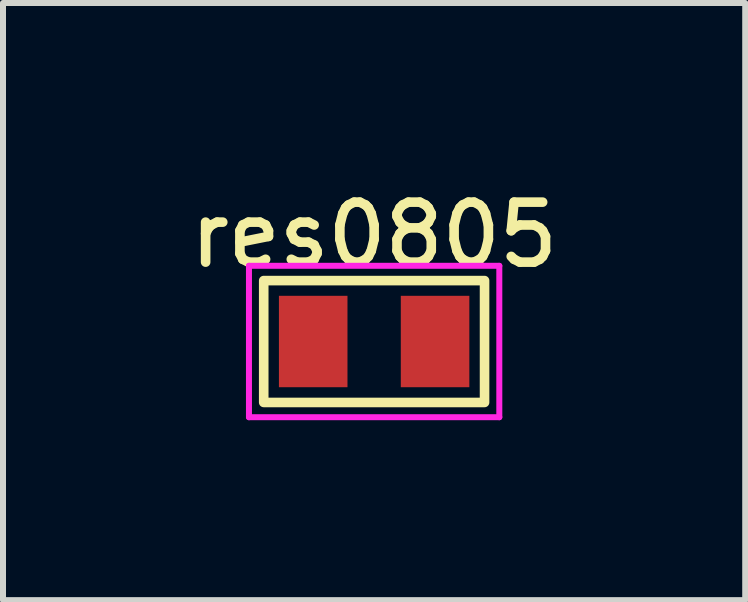
<source format=kicad_pcb>
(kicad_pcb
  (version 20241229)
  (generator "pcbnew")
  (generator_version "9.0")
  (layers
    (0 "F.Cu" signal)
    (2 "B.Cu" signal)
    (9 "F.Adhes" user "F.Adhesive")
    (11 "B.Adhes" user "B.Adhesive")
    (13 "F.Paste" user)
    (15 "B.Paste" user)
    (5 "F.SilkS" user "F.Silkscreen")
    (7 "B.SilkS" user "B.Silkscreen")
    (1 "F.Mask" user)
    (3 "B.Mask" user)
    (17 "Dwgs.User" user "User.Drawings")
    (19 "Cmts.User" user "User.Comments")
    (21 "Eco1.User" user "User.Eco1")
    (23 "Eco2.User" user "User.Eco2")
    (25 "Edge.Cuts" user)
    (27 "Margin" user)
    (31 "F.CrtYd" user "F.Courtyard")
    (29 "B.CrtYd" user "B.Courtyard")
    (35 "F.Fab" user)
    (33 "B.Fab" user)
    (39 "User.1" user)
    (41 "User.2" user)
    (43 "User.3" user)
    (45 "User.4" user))
  (footprint "res0805"
    (layer "F.Cu")
    (at 3.188 2.644)
    (property "Reference" "res0805" (at 0 -1.778 0) (unlocked yes) (layer "F.SilkS") (effects (font (size 1 1) (thickness 0.16))))
    (fp_poly (pts (xy -1.841 -1.016) (xy 1.841 -1.016) (xy 1.841 1.016) (xy -1.841 1.016)) (stroke (width 0.16) (type solid)) (fill no) (layer "F.SilkS"))
    (fp_line (start -2.087 1.262) (end -2.087 -1.262) (stroke (width 0.1) (type solid)) (layer "F.CrtYd"))
    (fp_line (start 2.087 -1.262) (end -2.087 -1.262) (stroke (width 0.1) (type solid)) (layer "F.CrtYd"))
    (fp_line (start 2.087 1.262) (end -2.087 1.262) (stroke (width 0.1) (type solid)) (layer "F.CrtYd"))
    (fp_line (start 2.087 1.262) (end 2.087 -1.262) (stroke (width 0.1) (type solid)) (layer "F.CrtYd"))
    (pad "1" smd rect (at -1.016 0) (size 1.143 1.524) (layers "F.Cu" "F.Mask" "F.Paste"))
    (pad "2" smd rect (at 1.016 0) (size 1.143 1.524) (layers "F.Cu" "F.Mask" "F.Paste")))
  (gr_rect
    (start -3 -3)
    (end 9.375 6.956)
    (stroke (width 0.1) (type default))
    (fill no)
    (layer "Edge.Cuts")))
</source>
